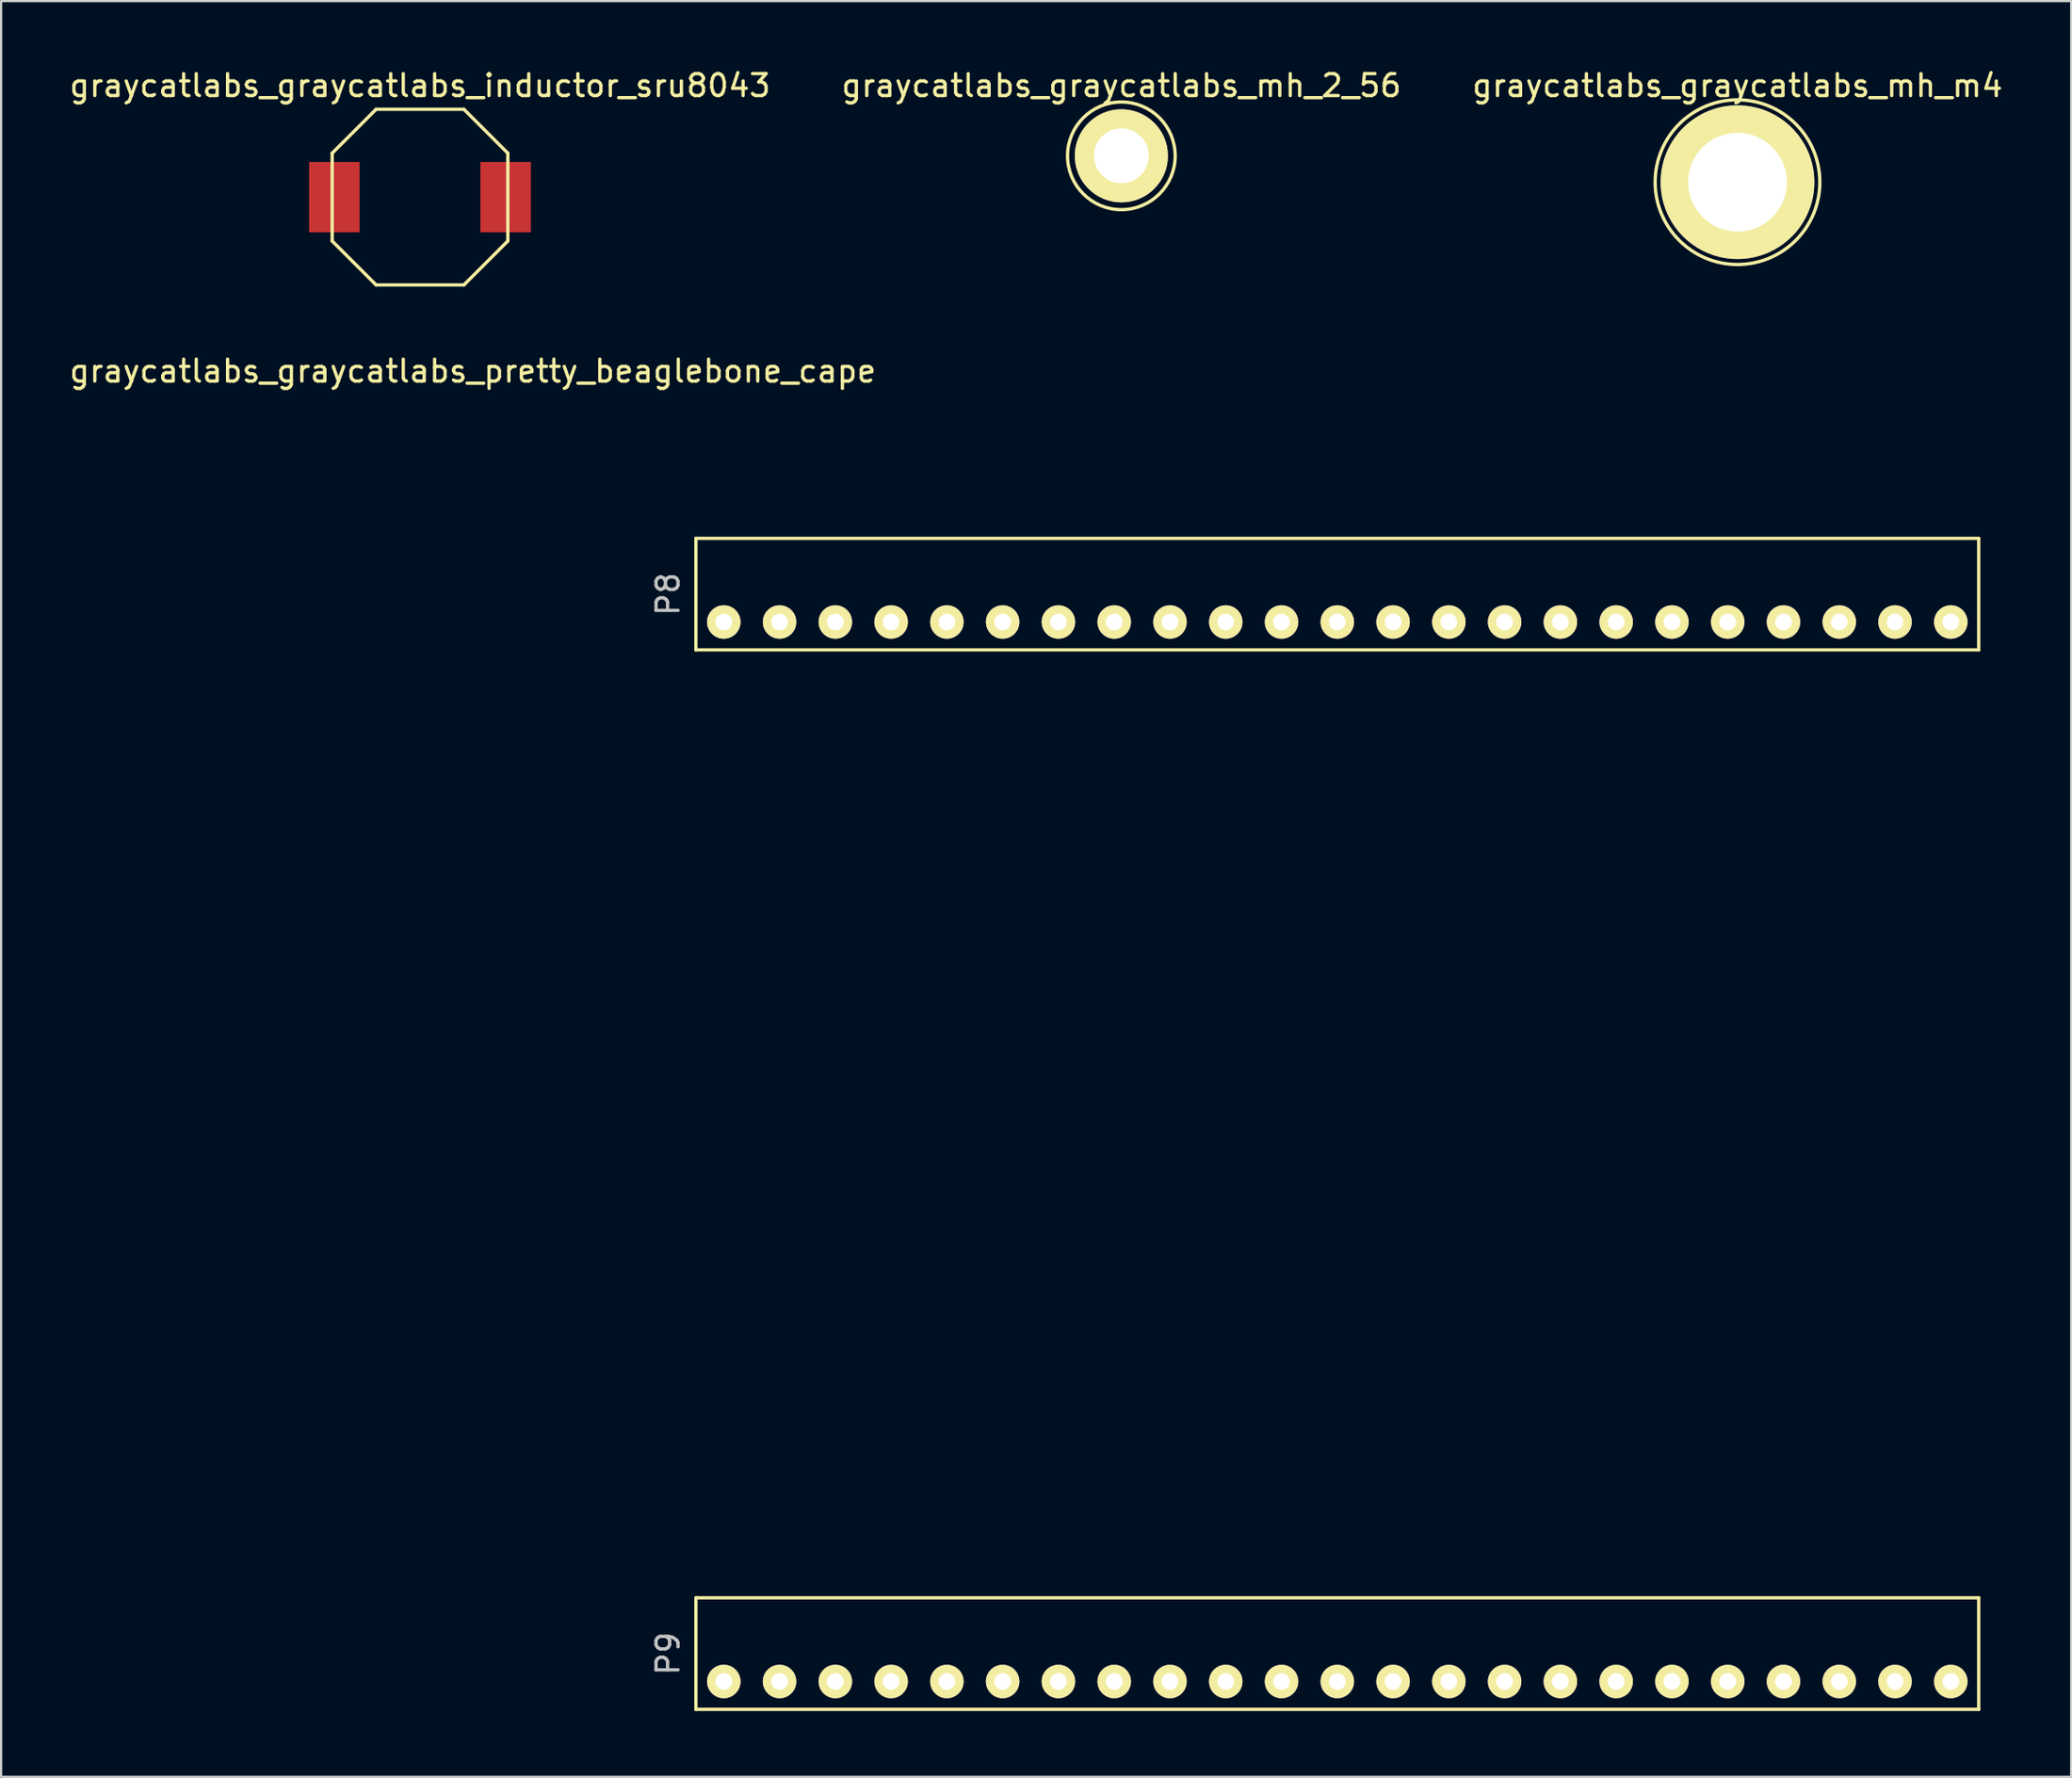
<source format=kicad_pcb>
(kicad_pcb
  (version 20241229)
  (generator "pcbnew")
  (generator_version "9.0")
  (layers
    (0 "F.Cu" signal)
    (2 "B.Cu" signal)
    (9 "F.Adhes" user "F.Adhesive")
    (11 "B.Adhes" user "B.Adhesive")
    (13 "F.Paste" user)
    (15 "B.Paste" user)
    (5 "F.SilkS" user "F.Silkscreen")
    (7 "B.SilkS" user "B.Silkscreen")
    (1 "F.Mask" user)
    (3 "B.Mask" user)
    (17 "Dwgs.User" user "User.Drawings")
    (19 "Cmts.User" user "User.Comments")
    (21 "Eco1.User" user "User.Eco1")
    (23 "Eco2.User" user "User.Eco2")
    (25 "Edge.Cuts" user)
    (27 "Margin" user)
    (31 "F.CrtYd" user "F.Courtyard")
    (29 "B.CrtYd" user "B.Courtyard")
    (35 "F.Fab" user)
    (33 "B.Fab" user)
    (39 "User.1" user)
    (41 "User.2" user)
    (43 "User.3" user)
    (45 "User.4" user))
  (footprint "graycatlabs_graycatlabs_pretty_beaglebone_cape"
    (layer "F.Cu")
    (at 29.912 25.282)
    (property "Reference" "graycatlabs_graycatlabs_pretty_beaglebone_cape" (at -11.43 -11.43 0) (layer "F.SilkS") (effects (font (size 1 1) (thickness 0.15))))
    (attr through_hole)
    (fp_line (start -1.27 -3.81) (end -1.27 1.27) (stroke (width 0.15) (type solid)) (layer "F.SilkS"))
    (fp_line (start -1.27 1.27) (end 57.15 1.27) (stroke (width 0.15) (type solid)) (layer "F.SilkS"))
    (fp_line (start -1.27 44.45) (end -1.27 49.53) (stroke (width 0.15) (type solid)) (layer "F.SilkS"))
    (fp_line (start -1.27 49.53) (end 57.15 49.53) (stroke (width 0.15) (type solid)) (layer "F.SilkS"))
    (fp_line (start 57.15 -3.81) (end -1.27 -3.81) (stroke (width 0.15) (type solid)) (layer "F.SilkS"))
    (fp_line (start 57.15 1.27) (end 57.15 -3.81) (stroke (width 0.15) (type solid)) (layer "F.SilkS"))
    (fp_line (start 57.15 44.45) (end -1.27 44.45) (stroke (width 0.15) (type solid)) (layer "F.SilkS"))
    (fp_line (start 57.15 49.53) (end 57.15 44.45) (stroke (width 0.15) (type solid)) (layer "F.SilkS"))
    (fp_text user "P8" (at -2.54 -1.27 90) (layer "Dwgs.User") (effects (font (size 1 1) (thickness 0.15))))
    (fp_text user "P9" (at -2.54 46.99 90) (layer "Dwgs.User") (effects (font (size 1 1) (thickness 0.15))))
    (pad "1" thru_hole circle (at 0 0) (size 1.524 1.524) (drill 0.762) (layers "*.Cu" "*.Mask" "F.SilkS"))
    (pad "1" thru_hole circle (at 0 48.26) (size 1.524 1.524) (drill 0.762) (layers "*.Cu" "*.Mask" "F.SilkS"))
    (pad "2" thru_hole circle (at 2.54 0) (size 1.524 1.524) (drill 0.762) (layers "*.Cu" "*.Mask" "F.SilkS"))
    (pad "2" thru_hole circle (at 2.54 48.26) (size 1.524 1.524) (drill 0.762) (layers "*.Cu" "*.Mask" "F.SilkS"))
    (pad "3" thru_hole circle (at 5.08 0) (size 1.524 1.524) (drill 0.762) (layers "*.Cu" "*.Mask" "F.SilkS"))
    (pad "3" thru_hole circle (at 5.08 48.26) (size 1.524 1.524) (drill 0.762) (layers "*.Cu" "*.Mask" "F.SilkS"))
    (pad "4" thru_hole circle (at 7.62 0) (size 1.524 1.524) (drill 0.762) (layers "*.Cu" "*.Mask" "F.SilkS"))
    (pad "4" thru_hole circle (at 7.62 48.26) (size 1.524 1.524) (drill 0.762) (layers "*.Cu" "*.Mask" "F.SilkS"))
    (pad "5" thru_hole circle (at 10.16 0) (size 1.524 1.524) (drill 0.762) (layers "*.Cu" "*.Mask" "F.SilkS"))
    (pad "5" thru_hole circle (at 10.16 48.26) (size 1.524 1.524) (drill 0.762) (layers "*.Cu" "*.Mask" "F.SilkS"))
    (pad "6" thru_hole circle (at 12.7 0) (size 1.524 1.524) (drill 0.762) (layers "*.Cu" "*.Mask" "F.SilkS"))
    (pad "6" thru_hole circle (at 12.7 48.26) (size 1.524 1.524) (drill 0.762) (layers "*.Cu" "*.Mask" "F.SilkS"))
    (pad "7" thru_hole circle (at 15.24 0) (size 1.524 1.524) (drill 0.762) (layers "*.Cu" "*.Mask" "F.SilkS"))
    (pad "7" thru_hole circle (at 15.24 48.26) (size 1.524 1.524) (drill 0.762) (layers "*.Cu" "*.Mask" "F.SilkS"))
    (pad "8" thru_hole circle (at 17.78 0) (size 1.524 1.524) (drill 0.762) (layers "*.Cu" "*.Mask" "F.SilkS"))
    (pad "8" thru_hole circle (at 17.78 48.26) (size 1.524 1.524) (drill 0.762) (layers "*.Cu" "*.Mask" "F.SilkS"))
    (pad "9" thru_hole circle (at 20.32 0) (size 1.524 1.524) (drill 0.762) (layers "*.Cu" "*.Mask" "F.SilkS"))
    (pad "9" thru_hole circle (at 20.32 48.26) (size 1.524 1.524) (drill 0.762) (layers "*.Cu" "*.Mask" "F.SilkS"))
    (pad "10" thru_hole circle (at 22.86 0) (size 1.524 1.524) (drill 0.762) (layers "*.Cu" "*.Mask" "F.SilkS"))
    (pad "10" thru_hole circle (at 22.86 48.26) (size 1.524 1.524) (drill 0.762) (layers "*.Cu" "*.Mask" "F.SilkS"))
    (pad "11" thru_hole circle (at 25.4 0) (size 1.524 1.524) (drill 0.762) (layers "*.Cu" "*.Mask" "F.SilkS"))
    (pad "11" thru_hole circle (at 25.4 48.26) (size 1.524 1.524) (drill 0.762) (layers "*.Cu" "*.Mask" "F.SilkS"))
    (pad "12" thru_hole circle (at 27.94 0) (size 1.524 1.524) (drill 0.762) (layers "*.Cu" "*.Mask" "F.SilkS"))
    (pad "12" thru_hole circle (at 27.94 48.26) (size 1.524 1.524) (drill 0.762) (layers "*.Cu" "*.Mask" "F.SilkS"))
    (pad "13" thru_hole circle (at 30.48 0) (size 1.524 1.524) (drill 0.762) (layers "*.Cu" "*.Mask" "F.SilkS"))
    (pad "13" thru_hole circle (at 30.48 48.26) (size 1.524 1.524) (drill 0.762) (layers "*.Cu" "*.Mask" "F.SilkS"))
    (pad "14" thru_hole circle (at 33.02 0) (size 1.524 1.524) (drill 0.762) (layers "*.Cu" "*.Mask" "F.SilkS"))
    (pad "14" thru_hole circle (at 33.02 48.26) (size 1.524 1.524) (drill 0.762) (layers "*.Cu" "*.Mask" "F.SilkS"))
    (pad "15" thru_hole circle (at 35.56 0) (size 1.524 1.524) (drill 0.762) (layers "*.Cu" "*.Mask" "F.SilkS"))
    (pad "15" thru_hole circle (at 35.56 48.26) (size 1.524 1.524) (drill 0.762) (layers "*.Cu" "*.Mask" "F.SilkS"))
    (pad "16" thru_hole circle (at 38.1 0) (size 1.524 1.524) (drill 0.762) (layers "*.Cu" "*.Mask" "F.SilkS"))
    (pad "16" thru_hole circle (at 38.1 48.26) (size 1.524 1.524) (drill 0.762) (layers "*.Cu" "*.Mask" "F.SilkS"))
    (pad "17" thru_hole circle (at 40.64 0) (size 1.524 1.524) (drill 0.762) (layers "*.Cu" "*.Mask" "F.SilkS"))
    (pad "17" thru_hole circle (at 40.64 48.26) (size 1.524 1.524) (drill 0.762) (layers "*.Cu" "*.Mask" "F.SilkS"))
    (pad "18" thru_hole circle (at 43.18 0) (size 1.524 1.524) (drill 0.762) (layers "*.Cu" "*.Mask" "F.SilkS"))
    (pad "18" thru_hole circle (at 43.18 48.26) (size 1.524 1.524) (drill 0.762) (layers "*.Cu" "*.Mask" "F.SilkS"))
    (pad "19" thru_hole circle (at 45.72 0) (size 1.524 1.524) (drill 0.762) (layers "*.Cu" "*.Mask" "F.SilkS"))
    (pad "19" thru_hole circle (at 45.72 48.26) (size 1.524 1.524) (drill 0.762) (layers "*.Cu" "*.Mask" "F.SilkS"))
    (pad "20" thru_hole circle (at 48.26 0) (size 1.524 1.524) (drill 0.762) (layers "*.Cu" "*.Mask" "F.SilkS"))
    (pad "20" thru_hole circle (at 48.26 48.26) (size 1.524 1.524) (drill 0.762) (layers "*.Cu" "*.Mask" "F.SilkS"))
    (pad "21" thru_hole circle (at 50.8 0) (size 1.524 1.524) (drill 0.762) (layers "*.Cu" "*.Mask" "F.SilkS"))
    (pad "21" thru_hole circle (at 50.8 48.26) (size 1.524 1.524) (drill 0.762) (layers "*.Cu" "*.Mask" "F.SilkS"))
    (pad "22" thru_hole circle (at 53.34 0) (size 1.524 1.524) (drill 0.762) (layers "*.Cu" "*.Mask" "F.SilkS"))
    (pad "22" thru_hole circle (at 53.34 48.26) (size 1.524 1.524) (drill 0.762) (layers "*.Cu" "*.Mask" "F.SilkS"))
    (pad "23" thru_hole circle (at 55.88 0) (size 1.524 1.524) (drill 0.762) (layers "*.Cu" "*.Mask" "F.SilkS"))
    (pad "23" thru_hole circle (at 55.88 48.26) (size 1.524 1.524) (drill 0.762) (layers "*.Cu" "*.Mask" "F.SilkS")))
  (footprint "graycatlabs_graycatlabs_mh_m4"
    (layer "F.Cu")
    (at 76.077 5.248)
    (property "Reference" "graycatlabs_graycatlabs_mh_m4" (at 0 -4.4 0) (layer "F.SilkS") (effects (font (size 1 1) (thickness 0.15))))
    (attr through_hole)
    (fp_circle (center 0 0) (end 0 3.75) (stroke (width 0.15) (type solid)) (fill no) (layer "F.SilkS"))
    (pad "1" thru_hole circle (at 0 0) (size 7 7) (drill 4.5) (layers "*.Cu" "*.Mask" "F.SilkS")))
  (footprint "graycatlabs_graycatlabs_mh_2_56"
    (layer "F.Cu")
    (at 48.018 4.048)
    (property "Reference" "graycatlabs_graycatlabs_mh_2_56" (at 0 -3.2 0) (layer "F.SilkS") (effects (font (size 1 1) (thickness 0.15))))
    (attr through_hole)
    (fp_circle (center 0 0) (end 0.5 2.4) (stroke (width 0.15) (type solid)) (fill no) (layer "F.SilkS"))
    (pad "1" thru_hole circle (at 0 0) (size 4.24 4.24) (drill 2.5) (layers "*.Cu" "*.Mask" "F.SilkS")))
  (footprint "graycatlabs_graycatlabs_inductor_sru8043"
    (layer "F.Cu")
    (at 16.077 5.928)
    (property "Reference" "graycatlabs_graycatlabs_inductor_sru8043" (at 0 -5.08 0) (layer "F.SilkS") (effects (font (size 1 1) (thickness 0.15))))
    (attr smd)
    (fp_line (start -4 -2) (end -2 -4) (stroke (width 0.15) (type solid)) (layer "F.SilkS"))
    (fp_line (start -4 2) (end -4 -2) (stroke (width 0.15) (type solid)) (layer "F.SilkS"))
    (fp_line (start -2 -4) (end 2 -4) (stroke (width 0.15) (type solid)) (layer "F.SilkS"))
    (fp_line (start -2 4) (end -4 2) (stroke (width 0.15) (type solid)) (layer "F.SilkS"))
    (fp_line (start 2 -4) (end 4 -2) (stroke (width 0.15) (type solid)) (layer "F.SilkS"))
    (fp_line (start 2 4) (end -2 4) (stroke (width 0.15) (type solid)) (layer "F.SilkS"))
    (fp_line (start 4 -2) (end 4 2) (stroke (width 0.15) (type solid)) (layer "F.SilkS"))
    (fp_line (start 4 2) (end 2 4) (stroke (width 0.15) (type solid)) (layer "F.SilkS"))
    (pad "1" smd rect (at -3.9 0) (size 2.3 3.2) (layers "F.Cu" "F.Mask" "F.Paste"))
    (pad "2" smd rect (at 3.9 0) (size 2.3 3.2) (layers "F.Cu" "F.Mask" "F.Paste")))
  (gr_rect
    (start -3 -3)
    (end 91.274 77.886)
    (stroke (width 0.1) (type default))
    (fill no)
    (layer "Edge.Cuts")))
</source>
